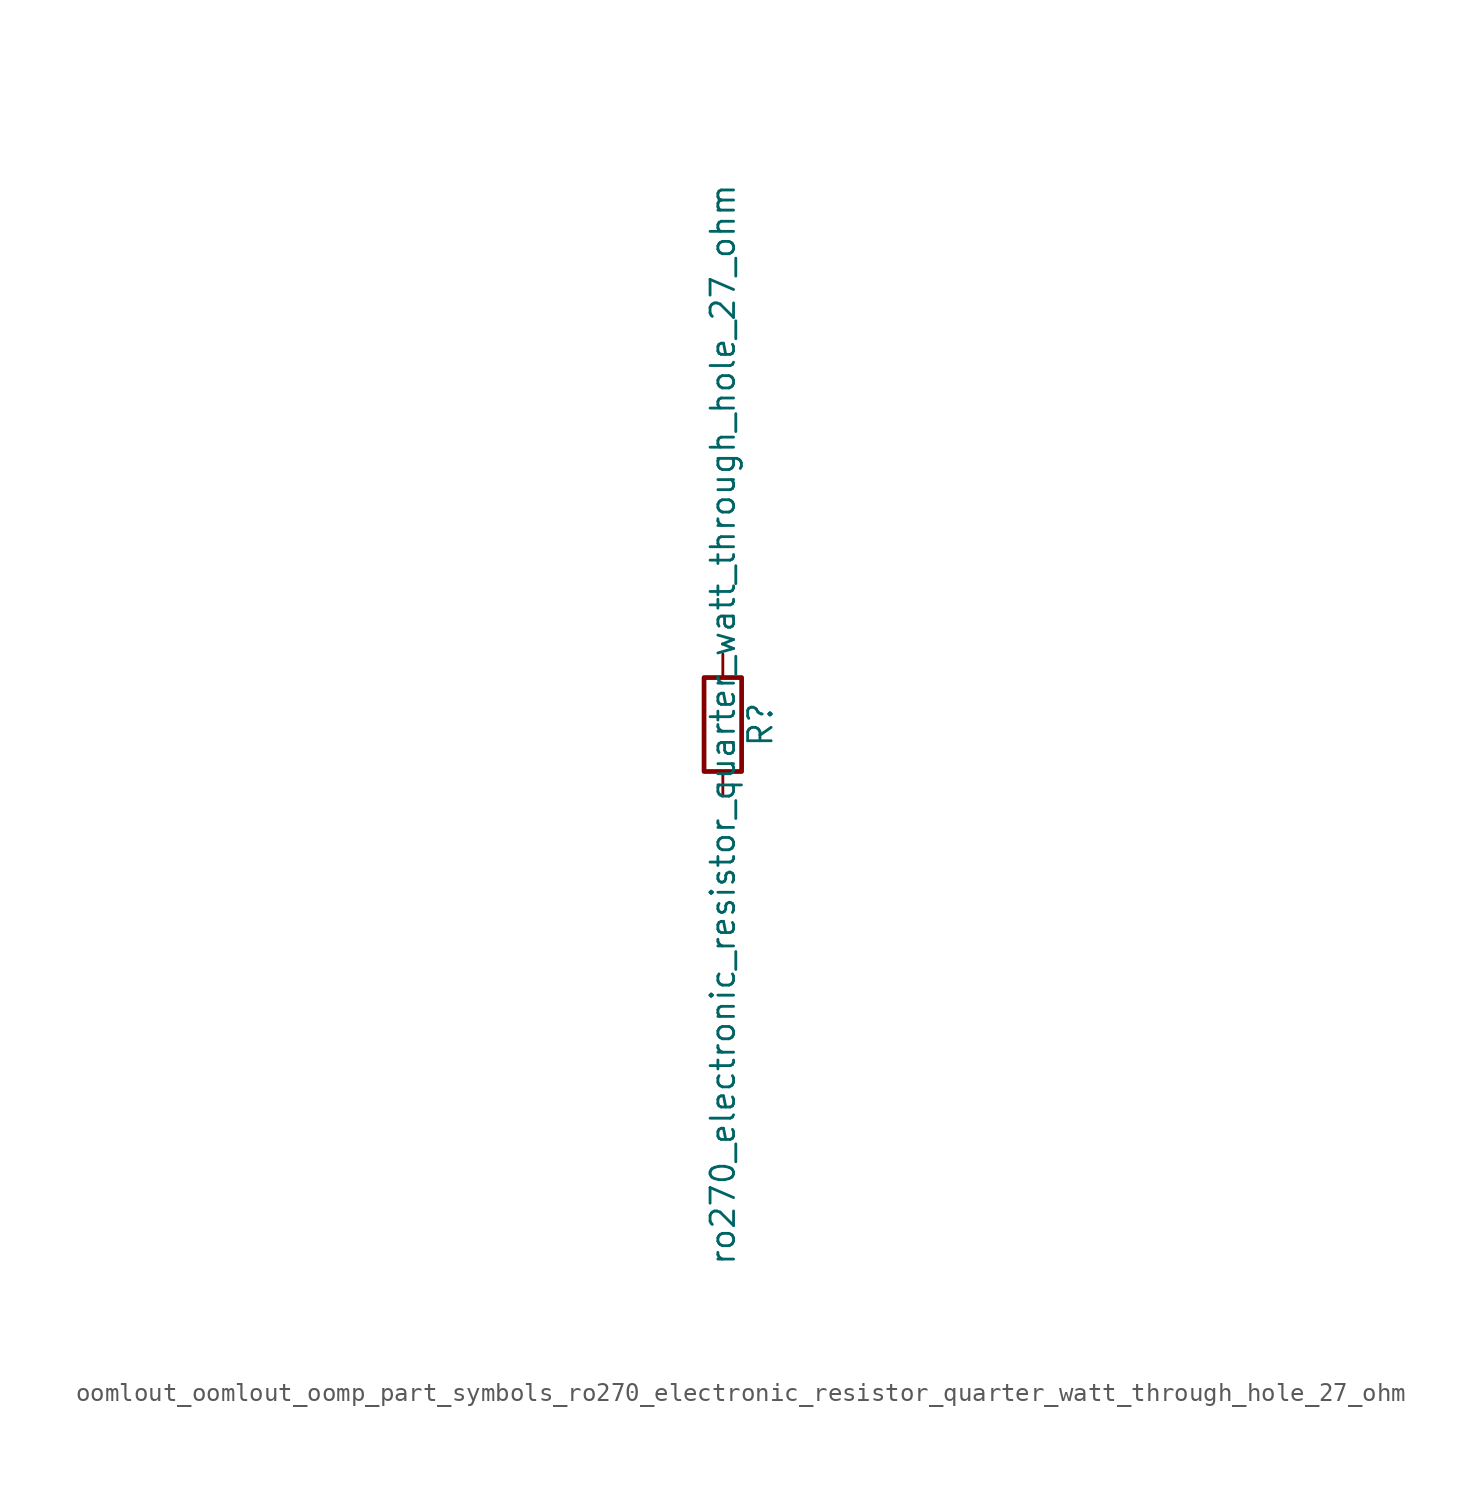
<source format=kicad_sym>
(kicad_symbol_lib
  (version 20220914)
  (generator kicad_symbol_editor)
  (symbol "oomlout_oomlout_oomp_part_symbols_ro270_electronic_resistor_quarter_watt_through_hole_27_ohm"
    (pin_numbers hide)
    (pin_names
      (offset 0))
    (property "Reference" "R"
      (at 2.032 0 90)
      (effects (font (size 1.27 1.27))))
    (property "Value" "ro270_electronic_resistor_quarter_watt_through_hole_27_ohm"
      (at 0 0 90)
      (effects (font (size 1.27 1.27))))
    (symbol "oomlout_oomlout_oomp_part_symbols_ro270_electronic_resistor_quarter_watt_through_hole_27_ohm_0_1"
      (rectangle (start -1.016 -2.54) (end 1.016 2.54) (stroke (width 0.254) (type default)) (fill (type none))))
    (symbol "oomlout_oomlout_oomp_part_symbols_ro270_electronic_resistor_quarter_watt_through_hole_27_ohm_1_1"
      (pin passive line (at 0 3.81 270) (length 1.27) (name "~" (effects (font (size 1.27 1.27)))) (number "1" (effects (font (size 1.27 1.27)))))
      (pin passive line (at 0 -3.81 90) (length 1.27) (name "~" (effects (font (size 1.27 1.27)))) (number "2" (effects (font (size 1.27 1.27))))))))
</source>
